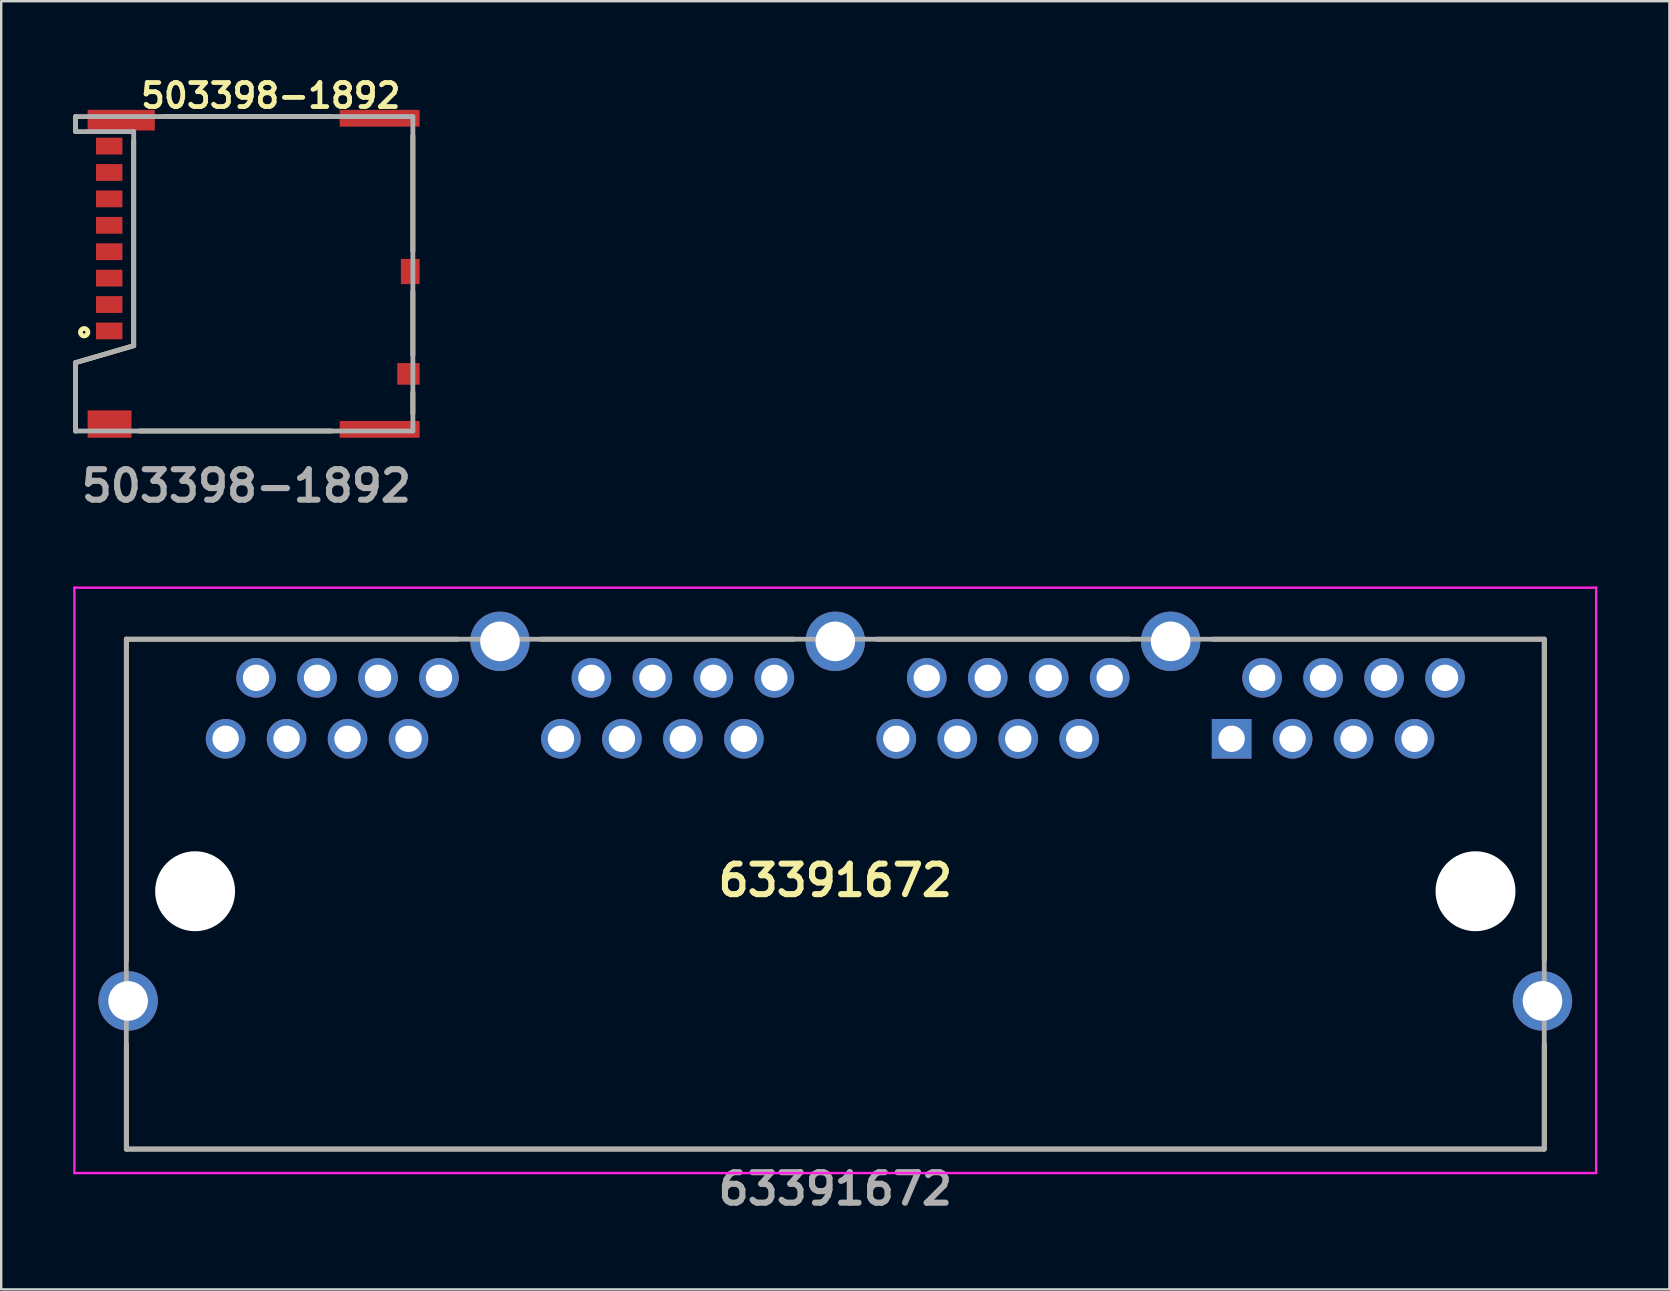
<source format=kicad_pcb>
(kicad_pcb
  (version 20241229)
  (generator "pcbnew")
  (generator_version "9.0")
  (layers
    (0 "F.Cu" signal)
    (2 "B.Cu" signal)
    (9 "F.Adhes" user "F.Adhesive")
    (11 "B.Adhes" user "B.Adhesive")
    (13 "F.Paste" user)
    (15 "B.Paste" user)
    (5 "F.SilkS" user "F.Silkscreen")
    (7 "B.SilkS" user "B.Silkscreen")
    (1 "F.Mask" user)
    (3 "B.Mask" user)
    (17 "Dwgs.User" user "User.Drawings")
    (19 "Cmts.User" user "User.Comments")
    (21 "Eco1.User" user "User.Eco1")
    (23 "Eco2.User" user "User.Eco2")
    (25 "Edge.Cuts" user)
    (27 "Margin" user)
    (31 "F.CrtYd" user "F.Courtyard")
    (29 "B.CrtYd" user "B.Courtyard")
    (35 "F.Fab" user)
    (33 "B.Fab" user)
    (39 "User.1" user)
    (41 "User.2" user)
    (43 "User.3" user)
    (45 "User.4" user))
  (footprint "503398-1892"
    (layer "F.Cu")
    (at 7.72 7.794)
    (property "Reference" "503398-1892" (at 0.508 -6.858 180) (layer "F.SilkS") (effects (font (size 1 1) (thickness 0.2) (bold yes))))
    (attr smd)
    (fp_line (start -7.62 -5.988) (end -7.62 -5.362) (stroke (width 0.2) (type solid)) (layer "F.SilkS"))
    (fp_line (start -7.62 4.263) (end -5.2 3.558) (stroke (width 0.2) (type solid)) (layer "F.SilkS"))
    (fp_line (start -7.62 7.112) (end -7.62 4.263) (stroke (width 0.2) (type solid)) (layer "F.SilkS"))
    (fp_line (start -5.2 3.558) (end -5.2 -4.997) (stroke (width 0.2) (type solid)) (layer "F.SilkS"))
    (fp_line (start -4.97 7.112) (end 3.028 7.112) (stroke (width 0.2) (type solid)) (layer "F.SilkS"))
    (fp_line (start -3.97 -5.988) (end 3.03 -5.988) (stroke (width 0.2) (type solid)) (layer "F.SilkS"))
    (fp_line (start 6.43 -0.388) (end 6.43 -5.188) (stroke (width 0.2) (type solid)) (layer "F.SilkS"))
    (fp_line (start 6.43 3.962) (end 6.43 1.312) (stroke (width 0.2) (type solid)) (layer "F.SilkS"))
    (fp_line (start 6.43 6.372) (end 6.43 5.512) (stroke (width 0.2) (type solid)) (layer "F.SilkS"))
    (fp_circle (center -7.264 2.996) (end -7.209 2.996) (stroke (width 0.2) (type solid)) (fill no) (layer "F.SilkS"))
    (fp_line (start -7.62 -5.988) (end -7.62 -5.362) (stroke (width 0.2) (type solid)) (layer "F.Fab"))
    (fp_line (start -7.62 -5.362) (end -5.2 -5.362) (stroke (width 0.2) (type solid)) (layer "F.Fab"))
    (fp_line (start -7.62 4.263) (end -5.2 3.558) (stroke (width 0.2) (type solid)) (layer "F.Fab"))
    (fp_line (start -7.62 7.112) (end -7.62 4.263) (stroke (width 0.2) (type solid)) (layer "F.Fab"))
    (fp_line (start -7.62 7.112) (end 6.43 7.112) (stroke (width 0.2) (type solid)) (layer "F.Fab"))
    (fp_line (start -5.2 -5.362) (end -5.2 3.558) (stroke (width 0.2) (type solid)) (layer "F.Fab"))
    (fp_line (start 6.43 -5.988) (end -7.62 -5.988) (stroke (width 0.2) (type solid)) (layer "F.Fab"))
    (fp_line (start 6.43 7.112) (end 6.43 -5.988) (stroke (width 0.2) (type solid)) (layer "F.Fab"))
    (fp_text user "${REFERENCE}" (at -0.508 9.398 180) (layer "F.Fab") (effects (font (size 1.27 1.27) (thickness 0.254))))
    (pad "1" smd rect (at -6.22 2.942 90) (size 0.7 1.1) (layers "F.Cu" "F.Mask" "F.Paste"))
    (pad "2" smd rect (at -6.22 1.842 90) (size 0.7 1.1) (layers "F.Cu" "F.Mask" "F.Paste"))
    (pad "3" smd rect (at -6.22 0.742 90) (size 0.7 1.1) (layers "F.Cu" "F.Mask" "F.Paste"))
    (pad "4" smd rect (at -6.22 -0.358 90) (size 0.7 1.1) (layers "F.Cu" "F.Mask" "F.Paste"))
    (pad "5" smd rect (at -6.22 -1.458 90) (size 0.7 1.1) (layers "F.Cu" "F.Mask" "F.Paste"))
    (pad "6" smd rect (at -6.22 -2.558 90) (size 0.7 1.1) (layers "F.Cu" "F.Mask" "F.Paste"))
    (pad "7" smd rect (at -6.22 -3.658 90) (size 0.7 1.1) (layers "F.Cu" "F.Mask" "F.Paste"))
    (pad "8" smd rect (at -6.22 -4.758 90) (size 0.7 1.1) (layers "F.Cu" "F.Mask" "F.Paste"))
    (pad "9" smd rect (at 6.245 4.732 90) (size 0.9 0.93) (layers "F.Cu" "F.Mask" "F.Paste"))
    (pad "10" smd rect (at 6.32 0.467 180) (size 0.78 1.05) (layers "F.Cu" "F.Mask" "F.Paste"))
    (pad "11" smd rect (at 5.045 -5.918 90) (size 0.7 3.33) (layers "F.Cu" "F.Mask" "F.Paste"))
    (pad "12" smd rect (at -5.72 -5.838 90) (size 0.86 2.8) (layers "F.Cu" "F.Mask" "F.Paste"))
    (pad "13" smd rect (at -6.205 6.822 90) (size 1.14 1.83) (layers "F.Cu" "F.Mask" "F.Paste"))
    (pad "14" smd rect (at 5.045 7.042 90) (size 0.7 3.33) (layers "F.Cu" "F.Mask" "F.Paste")))
  (footprint "63391672"
    (layer "F.Cu")
    (at 48.258 27.728)
    (property "Reference" "63391672" (at -16.511 5.896 0) (layer "F.SilkS") (effects (font (size 1.27 1.27) (thickness 0.254))))
    (attr through_hole)
    (fp_line (start -46.045 -4.15) (end -46.045 -4.15) (stroke (width 0.1) (type solid)) (layer "F.SilkS"))
    (fp_line (start -46.045 -4.15) (end -46.045 -4.15) (stroke (width 0.1) (type solid)) (layer "F.SilkS"))
    (fp_line (start -46.045 -4.15) (end -32.26 -4.15) (stroke (width 0.2) (type solid)) (layer "F.SilkS"))
    (fp_line (start -46.045 9.22) (end -46.045 -4.15) (stroke (width 0.2) (type solid)) (layer "F.SilkS"))
    (fp_line (start -46.045 9.22) (end -46.045 9.22) (stroke (width 0.1) (type solid)) (layer "F.SilkS"))
    (fp_line (start -46.045 12.72) (end -46.045 12.72) (stroke (width 0.1) (type solid)) (layer "F.SilkS"))
    (fp_line (start -46.045 17.09) (end -46.045 12.72) (stroke (width 0.2) (type solid)) (layer "F.SilkS"))
    (fp_line (start -46.045 17.09) (end -46.045 17.09) (stroke (width 0.1) (type solid)) (layer "F.SilkS"))
    (fp_line (start -46.045 17.09) (end -46.045 17.09) (stroke (width 0.1) (type solid)) (layer "F.SilkS"))
    (fp_line (start -32.26 -4.15) (end -32.26 -4.15) (stroke (width 0.1) (type solid)) (layer "F.SilkS"))
    (fp_line (start -28.76 -4.15) (end -28.76 -4.15) (stroke (width 0.1) (type solid)) (layer "F.SilkS"))
    (fp_line (start -28.76 -4.15) (end -18.26 -4.15) (stroke (width 0.2) (type solid)) (layer "F.SilkS"))
    (fp_line (start -18.26 -4.15) (end -18.26 -4.15) (stroke (width 0.1) (type solid)) (layer "F.SilkS"))
    (fp_line (start -14.76 -4.15) (end -14.76 -4.15) (stroke (width 0.1) (type solid)) (layer "F.SilkS"))
    (fp_line (start -4.26 -4.15) (end -14.76 -4.15) (stroke (width 0.2) (type solid)) (layer "F.SilkS"))
    (fp_line (start -4.26 -4.15) (end -4.26 -4.15) (stroke (width 0.1) (type solid)) (layer "F.SilkS"))
    (fp_line (start -0.76 -4.15) (end -0.76 -4.15) (stroke (width 0.1) (type solid)) (layer "F.SilkS"))
    (fp_line (start 13.025 -4.15) (end -0.76 -4.15) (stroke (width 0.2) (type solid)) (layer "F.SilkS"))
    (fp_line (start 13.025 -4.15) (end 13.025 -4.15) (stroke (width 0.1) (type solid)) (layer "F.SilkS"))
    (fp_line (start 13.025 -4.15) (end 13.025 -4.15) (stroke (width 0.1) (type solid)) (layer "F.SilkS"))
    (fp_line (start 13.025 9.22) (end 13.025 -4.15) (stroke (width 0.2) (type solid)) (layer "F.SilkS"))
    (fp_line (start 13.025 9.22) (end 13.025 9.22) (stroke (width 0.1) (type solid)) (layer "F.SilkS"))
    (fp_line (start 13.025 12.72) (end 13.025 12.72) (stroke (width 0.1) (type solid)) (layer "F.SilkS"))
    (fp_line (start 13.025 17.09) (end -46.045 17.09) (stroke (width 0.2) (type solid)) (layer "F.SilkS"))
    (fp_line (start 13.025 17.09) (end 13.025 12.72) (stroke (width 0.2) (type solid)) (layer "F.SilkS"))
    (fp_line (start 13.025 17.09) (end 13.025 17.09) (stroke (width 0.1) (type solid)) (layer "F.SilkS"))
    (fp_line (start 13.025 17.09) (end 13.025 17.09) (stroke (width 0.1) (type solid)) (layer "F.SilkS"))
    (fp_line (start -48.208 -6.297) (end 15.187 -6.297) (stroke (width 0.1) (type solid)) (layer "F.CrtYd"))
    (fp_line (start -48.208 18.09) (end -48.208 -6.297) (stroke (width 0.1) (type solid)) (layer "F.CrtYd"))
    (fp_line (start 15.187 -6.297) (end 15.187 18.09) (stroke (width 0.1) (type solid)) (layer "F.CrtYd"))
    (fp_line (start 15.187 18.09) (end -48.208 18.09) (stroke (width 0.1) (type solid)) (layer "F.CrtYd"))
    (fp_line (start -46.045 -4.15) (end -46.045 17.09) (stroke (width 0.2) (type solid)) (layer "F.Fab"))
    (fp_line (start -46.045 17.09) (end 13.025 17.09) (stroke (width 0.2) (type solid)) (layer "F.Fab"))
    (fp_line (start 13.025 -4.15) (end -46.045 -4.15) (stroke (width 0.2) (type solid)) (layer "F.Fab"))
    (fp_line (start 13.025 17.09) (end 13.025 -4.15) (stroke (width 0.2) (type solid)) (layer "F.Fab"))
    (fp_text user "${REFERENCE}" (at -16.511 18.75 0) (layer "F.Fab") (effects (font (size 1.27 1.27) (thickness 0.254))))
    (pad "" np_thru_hole circle (at -43.18 6.35) (size 3.33 3.33) (drill 3.33) (layers "*.Cu" "*.Mask"))
    (pad "" np_thru_hole circle (at 10.16 6.35) (size 3.33 3.33) (drill 3.33) (layers "*.Cu" "*.Mask"))
    (pad "A1" thru_hole rect (at 0 0) (size 1.65 1.65) (drill 1.1) (layers "*.Cu" "*.Mask"))
    (pad "A2" thru_hole circle (at 1.27 -2.54) (size 1.65 1.65) (drill 1.1) (layers "*.Cu" "*.Mask"))
    (pad "A3" thru_hole circle (at 2.54 0) (size 1.65 1.65) (drill 1.1) (layers "*.Cu" "*.Mask"))
    (pad "A4" thru_hole circle (at 3.81 -2.54) (size 1.65 1.65) (drill 1.1) (layers "*.Cu" "*.Mask"))
    (pad "A5" thru_hole circle (at 5.08 0) (size 1.65 1.65) (drill 1.1) (layers "*.Cu" "*.Mask"))
    (pad "A6" thru_hole circle (at 6.35 -2.54) (size 1.65 1.65) (drill 1.1) (layers "*.Cu" "*.Mask"))
    (pad "A7" thru_hole circle (at 7.62 0) (size 1.65 1.65) (drill 1.1) (layers "*.Cu" "*.Mask"))
    (pad "A8" thru_hole circle (at 8.89 -2.54) (size 1.65 1.65) (drill 1.1) (layers "*.Cu" "*.Mask"))
    (pad "B1" thru_hole circle (at -13.97 0) (size 1.65 1.65) (drill 1.1) (layers "*.Cu" "*.Mask"))
    (pad "B2" thru_hole circle (at -12.7 -2.54) (size 1.65 1.65) (drill 1.1) (layers "*.Cu" "*.Mask"))
    (pad "B3" thru_hole circle (at -11.43 0) (size 1.65 1.65) (drill 1.1) (layers "*.Cu" "*.Mask"))
    (pad "B4" thru_hole circle (at -10.16 -2.54) (size 1.65 1.65) (drill 1.1) (layers "*.Cu" "*.Mask"))
    (pad "B5" thru_hole circle (at -8.89 0) (size 1.65 1.65) (drill 1.1) (layers "*.Cu" "*.Mask"))
    (pad "B6" thru_hole circle (at -7.62 -2.54) (size 1.65 1.65) (drill 1.1) (layers "*.Cu" "*.Mask"))
    (pad "B7" thru_hole circle (at -6.35 0) (size 1.65 1.65) (drill 1.1) (layers "*.Cu" "*.Mask"))
    (pad "B8" thru_hole circle (at -5.08 -2.54) (size 1.65 1.65) (drill 1.1) (layers "*.Cu" "*.Mask"))
    (pad "C1" thru_hole circle (at -27.94 0) (size 1.65 1.65) (drill 1.1) (layers "*.Cu" "*.Mask"))
    (pad "C2" thru_hole circle (at -26.67 -2.54) (size 1.65 1.65) (drill 1.1) (layers "*.Cu" "*.Mask"))
    (pad "C3" thru_hole circle (at -25.4 0) (size 1.65 1.65) (drill 1.1) (layers "*.Cu" "*.Mask"))
    (pad "C4" thru_hole circle (at -24.13 -2.54) (size 1.65 1.65) (drill 1.1) (layers "*.Cu" "*.Mask"))
    (pad "C5" thru_hole circle (at -22.86 0) (size 1.65 1.65) (drill 1.1) (layers "*.Cu" "*.Mask"))
    (pad "C6" thru_hole circle (at -21.59 -2.54) (size 1.65 1.65) (drill 1.1) (layers "*.Cu" "*.Mask"))
    (pad "C7" thru_hole circle (at -20.32 0) (size 1.65 1.65) (drill 1.1) (layers "*.Cu" "*.Mask"))
    (pad "C8" thru_hole circle (at -19.05 -2.54) (size 1.65 1.65) (drill 1.1) (layers "*.Cu" "*.Mask"))
    (pad "D1" thru_hole circle (at -41.91 0) (size 1.65 1.65) (drill 1.1) (layers "*.Cu" "*.Mask"))
    (pad "D2" thru_hole circle (at -40.64 -2.54) (size 1.65 1.65) (drill 1.1) (layers "*.Cu" "*.Mask"))
    (pad "D3" thru_hole circle (at -39.37 0) (size 1.65 1.65) (drill 1.1) (layers "*.Cu" "*.Mask"))
    (pad "D4" thru_hole circle (at -38.1 -2.54) (size 1.65 1.65) (drill 1.1) (layers "*.Cu" "*.Mask"))
    (pad "D5" thru_hole circle (at -36.83 0) (size 1.65 1.65) (drill 1.1) (layers "*.Cu" "*.Mask"))
    (pad "D6" thru_hole circle (at -35.56 -2.54) (size 1.65 1.65) (drill 1.1) (layers "*.Cu" "*.Mask"))
    (pad "D7" thru_hole circle (at -34.29 0) (size 1.65 1.65) (drill 1.1) (layers "*.Cu" "*.Mask"))
    (pad "D8" thru_hole circle (at -33.02 -2.54) (size 1.65 1.65) (drill 1.1) (layers "*.Cu" "*.Mask"))
    (pad "MH1" thru_hole circle (at -45.97 10.92) (size 2.475 2.475) (drill 1.65) (layers "*.Cu" "*.Mask"))
    (pad "MH2" thru_hole circle (at -30.48 -4.06) (size 2.475 2.475) (drill 1.65) (layers "*.Cu" "*.Mask"))
    (pad "MH3" thru_hole circle (at -16.51 -4.06) (size 2.475 2.475) (drill 1.65) (layers "*.Cu" "*.Mask"))
    (pad "MH4" thru_hole circle (at -2.54 -4.06) (size 2.475 2.475) (drill 1.65) (layers "*.Cu" "*.Mask"))
    (pad "MH5" thru_hole circle (at 12.95 10.92) (size 2.475 2.475) (drill 1.65) (layers "*.Cu" "*.Mask")))
  (gr_rect
    (start -3 -3)
    (end 66.495 50.666)
    (stroke (width 0.1) (type default))
    (fill no)
    (layer "Edge.Cuts")))
</source>
